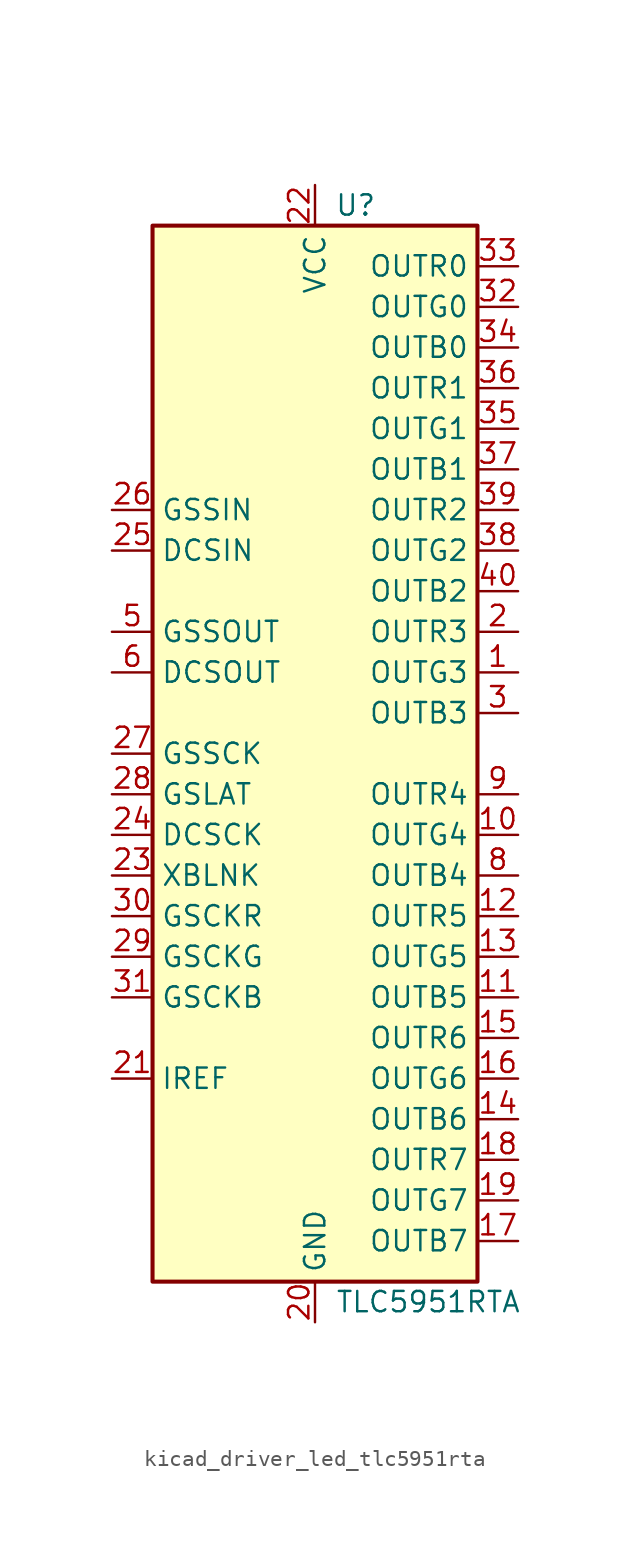
<source format=kicad_sym>
(kicad_symbol_lib
  (version 20220914)
  (generator kicad_symbol_editor)
  (symbol "kicad_driver_led_tlc5951rta"
    (property "Reference" "U"
      (at 2.54 34.29 0)
      (effects (font (size 1.27 1.27))))
    (property "Value" "TLC5951RTA"
      (at 1.27 -34.29 0)
      (effects (font (size 1.27 1.27)) (justify left)))
    (symbol "kicad_driver_led_tlc5951rta_0_1"
      (rectangle (start -10.16 33.02) (end 10.16 -33.02) (stroke (width 0.254) (type default)) (fill (type background)))
      (pin open_collector line (at 12.7 5.08 180) (length 2.54) (name "OUTG3" (effects (font (size 1.27 1.27)))) (number "1" (effects (font (size 1.27 1.27)))))
      (pin open_collector line (at 12.7 -5.08 180) (length 2.54) (name "OUTG4" (effects (font (size 1.27 1.27)))) (number "10" (effects (font (size 1.27 1.27)))))
      (pin open_collector line (at 12.7 -15.24 180) (length 2.54) (name "OUTB5" (effects (font (size 1.27 1.27)))) (number "11" (effects (font (size 1.27 1.27)))))
      (pin open_collector line (at 12.7 -10.16 180) (length 2.54) (name "OUTR5" (effects (font (size 1.27 1.27)))) (number "12" (effects (font (size 1.27 1.27)))))
      (pin open_collector line (at 12.7 -12.7 180) (length 2.54) (name "OUTG5" (effects (font (size 1.27 1.27)))) (number "13" (effects (font (size 1.27 1.27)))))
      (pin open_collector line (at 12.7 -22.86 180) (length 2.54) (name "OUTB6" (effects (font (size 1.27 1.27)))) (number "14" (effects (font (size 1.27 1.27)))))
      (pin open_collector line (at 12.7 -17.78 180) (length 2.54) (name "OUTR6" (effects (font (size 1.27 1.27)))) (number "15" (effects (font (size 1.27 1.27)))))
      (pin open_collector line (at 12.7 -20.32 180) (length 2.54) (name "OUTG6" (effects (font (size 1.27 1.27)))) (number "16" (effects (font (size 1.27 1.27)))))
      (pin open_collector line (at 12.7 -30.48 180) (length 2.54) (name "OUTB7" (effects (font (size 1.27 1.27)))) (number "17" (effects (font (size 1.27 1.27)))))
      (pin open_collector line (at 12.7 -25.4 180) (length 2.54) (name "OUTR7" (effects (font (size 1.27 1.27)))) (number "18" (effects (font (size 1.27 1.27)))))
      (pin open_collector line (at 12.7 -27.94 180) (length 2.54) (name "OUTG7" (effects (font (size 1.27 1.27)))) (number "19" (effects (font (size 1.27 1.27)))))
      (pin open_collector line (at 12.7 7.62 180) (length 2.54) (name "OUTR3" (effects (font (size 1.27 1.27)))) (number "2" (effects (font (size 1.27 1.27)))))
      (pin power_in line (at 0 -35.56 90) (length 2.54) (name "GND" (effects (font (size 1.27 1.27)))) (number "20" (effects (font (size 1.27 1.27)))))
      (pin passive line (at -12.7 -20.32 0) (length 2.54) (name "IREF" (effects (font (size 1.27 1.27)))) (number "21" (effects (font (size 1.27 1.27)))))
      (pin power_in line (at 0 35.56 270) (length 2.54) (name "VCC" (effects (font (size 1.27 1.27)))) (number "22" (effects (font (size 1.27 1.27)))))
      (pin input line (at -12.7 -7.62 0) (length 2.54) (name "XBLNK" (effects (font (size 1.27 1.27)))) (number "23" (effects (font (size 1.27 1.27)))))
      (pin input line (at -12.7 -5.08 0) (length 2.54) (name "DCSCK" (effects (font (size 1.27 1.27)))) (number "24" (effects (font (size 1.27 1.27)))))
      (pin input line (at -12.7 12.7 0) (length 2.54) (name "DCSIN" (effects (font (size 1.27 1.27)))) (number "25" (effects (font (size 1.27 1.27)))))
      (pin input line (at -12.7 15.24 0) (length 2.54) (name "GSSIN" (effects (font (size 1.27 1.27)))) (number "26" (effects (font (size 1.27 1.27)))))
      (pin input line (at -12.7 0 0) (length 2.54) (name "GSSCK" (effects (font (size 1.27 1.27)))) (number "27" (effects (font (size 1.27 1.27)))))
      (pin input line (at -12.7 -2.54 0) (length 2.54) (name "GSLAT" (effects (font (size 1.27 1.27)))) (number "28" (effects (font (size 1.27 1.27)))))
      (pin input line (at -12.7 -12.7 0) (length 2.54) (name "GSCKG" (effects (font (size 1.27 1.27)))) (number "29" (effects (font (size 1.27 1.27)))))
      (pin open_collector line (at 12.7 2.54 180) (length 2.54) (name "OUTB3" (effects (font (size 1.27 1.27)))) (number "3" (effects (font (size 1.27 1.27)))))
      (pin input line (at -12.7 -10.16 0) (length 2.54) (name "GSCKR" (effects (font (size 1.27 1.27)))) (number "30" (effects (font (size 1.27 1.27)))))
      (pin input line (at -12.7 -15.24 0) (length 2.54) (name "GSCKB" (effects (font (size 1.27 1.27)))) (number "31" (effects (font (size 1.27 1.27)))))
      (pin open_collector line (at 12.7 27.94 180) (length 2.54) (name "OUTG0" (effects (font (size 1.27 1.27)))) (number "32" (effects (font (size 1.27 1.27)))))
      (pin open_collector line (at 12.7 30.48 180) (length 2.54) (name "OUTR0" (effects (font (size 1.27 1.27)))) (number "33" (effects (font (size 1.27 1.27)))))
      (pin open_collector line (at 12.7 25.4 180) (length 2.54) (name "OUTB0" (effects (font (size 1.27 1.27)))) (number "34" (effects (font (size 1.27 1.27)))))
      (pin open_collector line (at 12.7 20.32 180) (length 2.54) (name "OUTG1" (effects (font (size 1.27 1.27)))) (number "35" (effects (font (size 1.27 1.27)))))
      (pin open_collector line (at 12.7 22.86 180) (length 2.54) (name "OUTR1" (effects (font (size 1.27 1.27)))) (number "36" (effects (font (size 1.27 1.27)))))
      (pin open_collector line (at 12.7 17.78 180) (length 2.54) (name "OUTB1" (effects (font (size 1.27 1.27)))) (number "37" (effects (font (size 1.27 1.27)))))
      (pin open_collector line (at 12.7 12.7 180) (length 2.54) (name "OUTG2" (effects (font (size 1.27 1.27)))) (number "38" (effects (font (size 1.27 1.27)))))
      (pin open_collector line (at 12.7 15.24 180) (length 2.54) (name "OUTR2" (effects (font (size 1.27 1.27)))) (number "39" (effects (font (size 1.27 1.27)))))
      (pin no_connect line (at -10.16 -22.86 0) (length 2.54) hide (name "NC" (effects (font (size 1.27 1.27)))) (number "4" (effects (font (size 1.27 1.27)))))
      (pin open_collector line (at 12.7 10.16 180) (length 2.54) (name "OUTB2" (effects (font (size 1.27 1.27)))) (number "40" (effects (font (size 1.27 1.27)))))
      (pin passive line (at 0 -35.56 90) (length 2.54) hide (name "GND" (effects (font (size 1.27 1.27)))) (number "41" (effects (font (size 1.27 1.27)))))
      (pin no_connect line (at -10.16 -25.4 0) (length 2.54) hide (name "NC" (effects (font (size 1.27 1.27)))) (number "7" (effects (font (size 1.27 1.27)))))
      (pin open_collector line (at 12.7 -7.62 180) (length 2.54) (name "OUTB4" (effects (font (size 1.27 1.27)))) (number "8" (effects (font (size 1.27 1.27)))))
      (pin open_collector line (at 12.7 -2.54 180) (length 2.54) (name "OUTR4" (effects (font (size 1.27 1.27)))) (number "9" (effects (font (size 1.27 1.27))))))
    (symbol "kicad_driver_led_tlc5951rta_1_1"
      (pin output line (at -12.7 7.62 0) (length 2.54) (name "GSSOUT" (effects (font (size 1.27 1.27)))) (number "5" (effects (font (size 1.27 1.27)))))
      (pin output line (at -12.7 5.08 0) (length 2.54) (name "DCSOUT" (effects (font (size 1.27 1.27)))) (number "6" (effects (font (size 1.27 1.27))))))))
</source>
